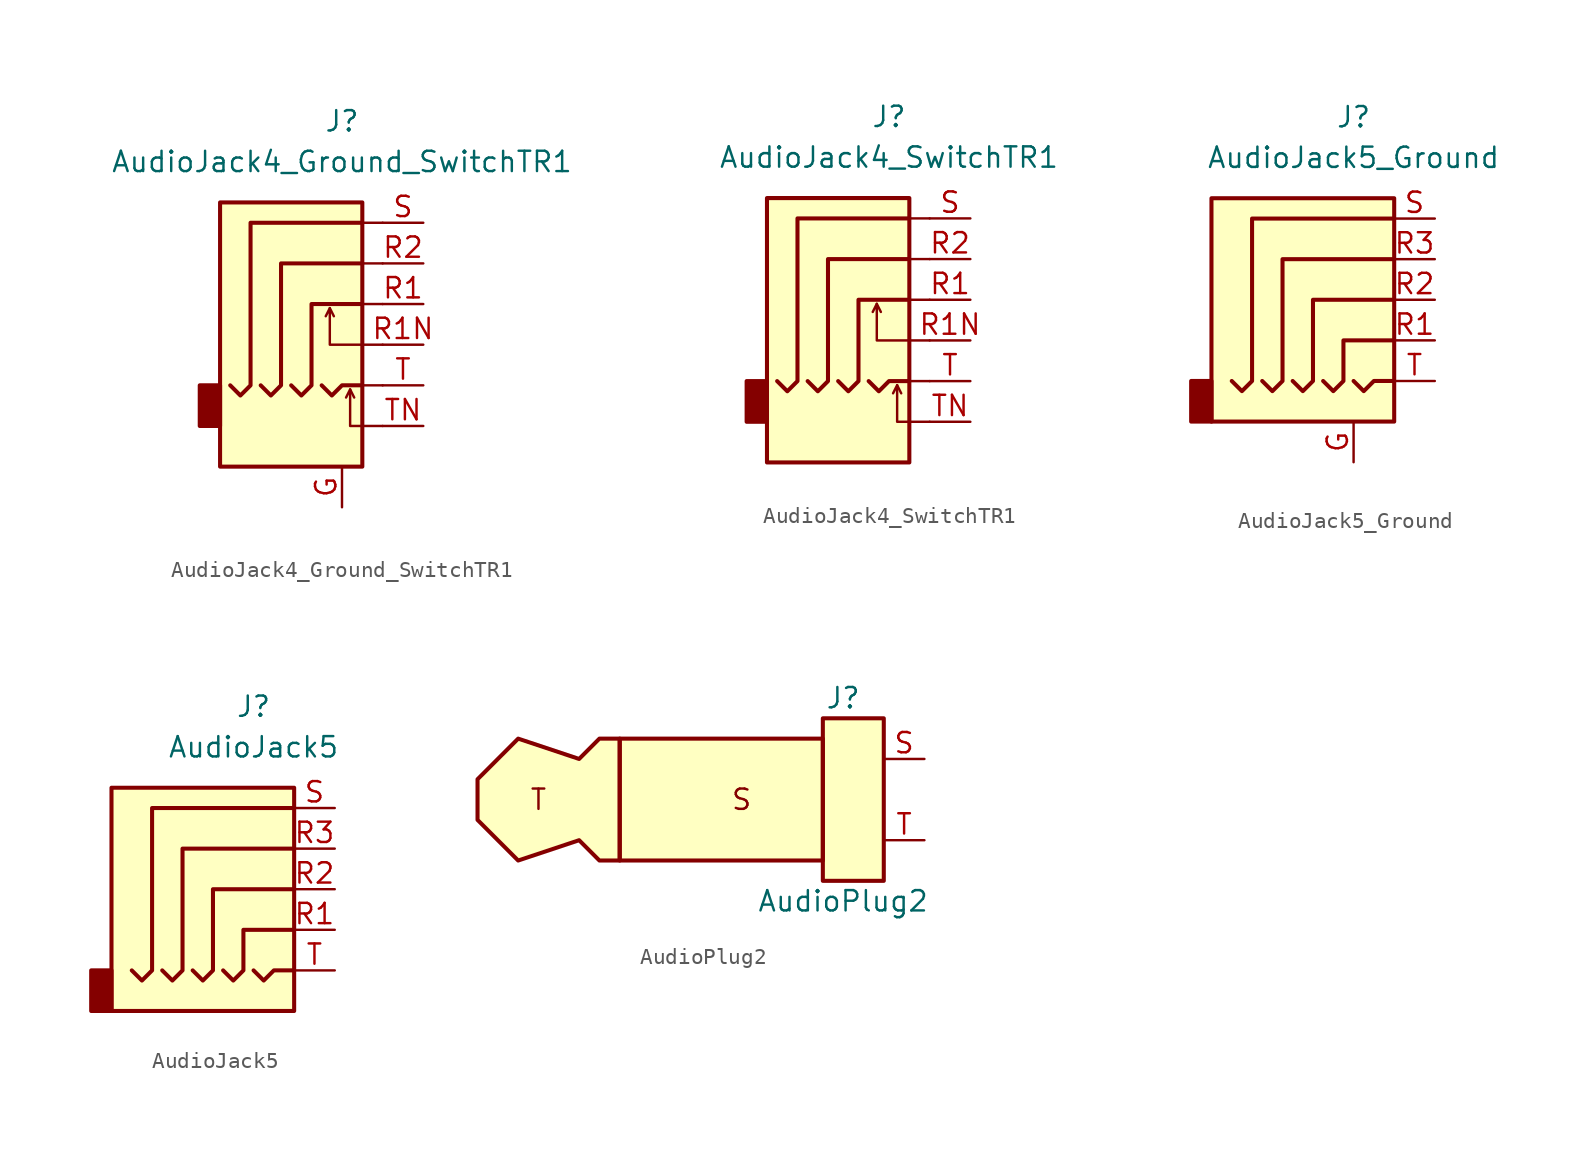
<source format=kicad_sym>
(kicad_symbol_lib
  (version 20220914)
  (generator kicad_symbol_editor)
  (symbol "AudioJack4_Ground_SwitchTR1"
    (property "Reference" "J"
      (at 0 11.43 0)
      (effects (font (size 1.27 1.27))))
    (property "Value" "AudioJack4_Ground_SwitchTR1"
      (at 0 8.89 0)
      (effects (font (size 1.27 1.27))))
    (symbol "AudioJack4_Ground_SwitchTR1_0_1"
      (rectangle (start -7.62 -5.08) (end -8.89 -7.62) (stroke (width 0.254) (type solid)) (fill (type outline)))
      (polyline (pts (xy 1.27 2.54) (xy 2.54 2.54)) (stroke (width 0) (type solid)) (fill (type none)))
      (polyline (pts (xy 2.54 -5.08) (xy 1.27 -5.08)) (stroke (width 0) (type solid)) (fill (type none)))
      (polyline (pts (xy 2.54 0) (xy 1.27 0)) (stroke (width 0) (type solid)) (fill (type none)))
      (polyline (pts (xy 2.54 5.08) (xy 1.27 5.08)) (stroke (width 0) (type solid)) (fill (type none)))
      (rectangle (start 1.27 6.35) (end -7.62 -10.16) (stroke (width 0.254) (type solid)) (fill (type background))))
    (symbol "AudioJack4_Ground_SwitchTR1_1_1"
      (polyline (pts (xy -0.762 -0.254) (xy -0.508 -0.762)) (stroke (width 0) (type solid)) (fill (type none)))
      (polyline (pts (xy 0.508 -5.334) (xy 0.762 -5.842)) (stroke (width 0) (type solid)) (fill (type none)))
      (polyline (pts (xy -1.27 -5.08) (xy -0.635 -5.715) (xy 0 -5.08) (xy 1.27 -5.08)) (stroke (width 0.254) (type solid)) (fill (type none)))
      (polyline (pts (xy 2.54 -7.62) (xy 0.508 -7.62) (xy 0.508 -5.334) (xy 0.254 -5.842)) (stroke (width 0) (type solid)) (fill (type none)))
      (polyline (pts (xy 2.54 -2.54) (xy -0.762 -2.54) (xy -0.762 -0.254) (xy -1.016 -0.762)) (stroke (width 0) (type solid)) (fill (type none)))
      (polyline (pts (xy -3.175 -5.08) (xy -2.54 -5.715) (xy -1.905 -5.08) (xy -1.905 0) (xy 1.27 0)) (stroke (width 0.254) (type solid)) (fill (type none)))
      (polyline (pts (xy 1.27 2.54) (xy -3.81 2.54) (xy -3.81 -5.08) (xy -4.445 -5.715) (xy -5.08 -5.08)) (stroke (width 0.254) (type solid)) (fill (type none)))
      (polyline (pts (xy 1.27 5.08) (xy -5.715 5.08) (xy -5.715 -5.08) (xy -6.35 -5.715) (xy -6.985 -5.08)) (stroke (width 0.254) (type solid)) (fill (type none)))
      (pin passive line (at 0 -12.7 90) (length 2.54) (name "~" (effects (font (size 1.27 1.27)))) (number "G" (effects (font (size 1.27 1.27)))))
      (pin passive line (at 5.08 0 180) (length 2.54) (name "~" (effects (font (size 1.27 1.27)))) (number "R1" (effects (font (size 1.27 1.27)))))
      (pin passive line (at 5.08 -2.54 180) (length 2.54) (name "~" (effects (font (size 1.27 1.27)))) (number "R1N" (effects (font (size 1.27 1.27)))))
      (pin passive line (at 5.08 2.54 180) (length 2.54) (name "~" (effects (font (size 1.27 1.27)))) (number "R2" (effects (font (size 1.27 1.27)))))
      (pin passive line (at 5.08 5.08 180) (length 2.54) (name "~" (effects (font (size 1.27 1.27)))) (number "S" (effects (font (size 1.27 1.27)))))
      (pin passive line (at 5.08 -5.08 180) (length 2.54) (name "~" (effects (font (size 1.27 1.27)))) (number "T" (effects (font (size 1.27 1.27)))))
      (pin passive line (at 5.08 -7.62 180) (length 2.54) (name "~" (effects (font (size 1.27 1.27)))) (number "TN" (effects (font (size 1.27 1.27)))))))
  (symbol "AudioJack4_SwitchTR1"
    (property "Reference" "J"
      (at 0 11.43 0)
      (effects (font (size 1.27 1.27))))
    (property "Value" "AudioJack4_SwitchTR1"
      (at 0 8.89 0)
      (effects (font (size 1.27 1.27))))
    (symbol "AudioJack4_SwitchTR1_0_1"
      (rectangle (start -7.62 -5.08) (end -8.89 -7.62) (stroke (width 0.254) (type solid)) (fill (type outline)))
      (polyline (pts (xy 1.27 -5.08) (xy 2.54 -5.08)) (stroke (width 0) (type solid)) (fill (type none)))
      (polyline (pts (xy 1.27 2.54) (xy 2.54 2.54)) (stroke (width 0) (type solid)) (fill (type none)))
      (polyline (pts (xy 2.54 0) (xy 1.27 0)) (stroke (width 0) (type solid)) (fill (type none)))
      (polyline (pts (xy 2.54 5.08) (xy 1.27 5.08)) (stroke (width 0) (type solid)) (fill (type none)))
      (rectangle (start 1.27 6.35) (end -7.62 -10.16) (stroke (width 0.254) (type solid)) (fill (type background))))
    (symbol "AudioJack4_SwitchTR1_1_1"
      (polyline (pts (xy -0.762 -0.254) (xy -0.508 -0.762)) (stroke (width 0) (type solid)) (fill (type none)))
      (polyline (pts (xy 0.508 -5.334) (xy 0.762 -5.842)) (stroke (width 0) (type solid)) (fill (type none)))
      (polyline (pts (xy -1.27 -5.08) (xy -0.635 -5.715) (xy 0 -5.08) (xy 1.27 -5.08)) (stroke (width 0.254) (type solid)) (fill (type none)))
      (polyline (pts (xy 2.54 -7.62) (xy 0.508 -7.62) (xy 0.508 -5.334) (xy 0.254 -5.842)) (stroke (width 0) (type solid)) (fill (type none)))
      (polyline (pts (xy 2.54 -2.54) (xy -0.762 -2.54) (xy -0.762 -0.254) (xy -1.016 -0.762)) (stroke (width 0) (type solid)) (fill (type none)))
      (polyline (pts (xy -3.175 -5.08) (xy -2.54 -5.715) (xy -1.905 -5.08) (xy -1.905 0) (xy 1.27 0)) (stroke (width 0.254) (type solid)) (fill (type none)))
      (polyline (pts (xy 1.27 2.54) (xy -3.81 2.54) (xy -3.81 -5.08) (xy -4.445 -5.715) (xy -5.08 -5.08)) (stroke (width 0.254) (type solid)) (fill (type none)))
      (polyline (pts (xy 1.27 5.08) (xy -5.715 5.08) (xy -5.715 -5.08) (xy -6.35 -5.715) (xy -6.985 -5.08)) (stroke (width 0.254) (type solid)) (fill (type none)))
      (pin passive line (at 5.08 0 180) (length 2.54) (name "~" (effects (font (size 1.27 1.27)))) (number "R1" (effects (font (size 1.27 1.27)))))
      (pin passive line (at 5.08 -2.54 180) (length 2.54) (name "~" (effects (font (size 1.27 1.27)))) (number "R1N" (effects (font (size 1.27 1.27)))))
      (pin passive line (at 5.08 2.54 180) (length 2.54) (name "~" (effects (font (size 1.27 1.27)))) (number "R2" (effects (font (size 1.27 1.27)))))
      (pin passive line (at 5.08 5.08 180) (length 2.54) (name "~" (effects (font (size 1.27 1.27)))) (number "S" (effects (font (size 1.27 1.27)))))
      (pin passive line (at 5.08 -5.08 180) (length 2.54) (name "~" (effects (font (size 1.27 1.27)))) (number "T" (effects (font (size 1.27 1.27)))))
      (pin passive line (at 5.08 -7.62 180) (length 2.54) (name "~" (effects (font (size 1.27 1.27)))) (number "TN" (effects (font (size 1.27 1.27)))))))
  (symbol "AudioJack5_Ground"
    (property "Reference" "J"
      (at 0 11.43 0)
      (effects (font (size 1.27 1.27))))
    (property "Value" "AudioJack5_Ground"
      (at 0 8.89 0)
      (effects (font (size 1.27 1.27))))
    (symbol "AudioJack5_Ground_0_1"
      (rectangle (start -8.89 -5.08) (end -10.16 -7.62) (stroke (width 0.254) (type solid)) (fill (type outline)))
      (polyline (pts (xy 0 -5.08) (xy 0.635 -5.715) (xy 1.27 -5.08) (xy 2.54 -5.08)) (stroke (width 0.254) (type solid)) (fill (type none)))
      (polyline (pts (xy -5.715 -5.08) (xy -5.08 -5.715) (xy -4.445 -5.08) (xy -4.445 2.54) (xy 2.54 2.54)) (stroke (width 0.254) (type solid)) (fill (type none)))
      (polyline (pts (xy -1.905 -5.08) (xy -1.27 -5.715) (xy -0.635 -5.08) (xy -0.635 -2.54) (xy 2.54 -2.54)) (stroke (width 0.254) (type solid)) (fill (type none)))
      (polyline (pts (xy 2.54 0) (xy -2.54 0) (xy -2.54 -5.08) (xy -3.175 -5.715) (xy -3.81 -5.08)) (stroke (width 0.254) (type solid)) (fill (type none)))
      (polyline (pts (xy 2.54 5.08) (xy -6.35 5.08) (xy -6.35 -5.08) (xy -6.985 -5.715) (xy -7.62 -5.08)) (stroke (width 0.254) (type solid)) (fill (type none)))
      (rectangle (start 2.54 6.35) (end -8.89 -7.62) (stroke (width 0.254) (type solid)) (fill (type background))))
    (symbol "AudioJack5_Ground_1_1"
      (pin passive line (at 0 -10.16 90) (length 2.54) (name "~" (effects (font (size 1.27 1.27)))) (number "G" (effects (font (size 1.27 1.27)))))
      (pin passive line (at 5.08 -2.54 180) (length 2.54) (name "~" (effects (font (size 1.27 1.27)))) (number "R1" (effects (font (size 1.27 1.27)))))
      (pin passive line (at 5.08 0 180) (length 2.54) (name "~" (effects (font (size 1.27 1.27)))) (number "R2" (effects (font (size 1.27 1.27)))))
      (pin passive line (at 5.08 2.54 180) (length 2.54) (name "~" (effects (font (size 1.27 1.27)))) (number "R3" (effects (font (size 1.27 1.27)))))
      (pin passive line (at 5.08 5.08 180) (length 2.54) (name "~" (effects (font (size 1.27 1.27)))) (number "S" (effects (font (size 1.27 1.27)))))
      (pin passive line (at 5.08 -5.08 180) (length 2.54) (name "~" (effects (font (size 1.27 1.27)))) (number "T" (effects (font (size 1.27 1.27)))))))
  (symbol "AudioJack5"
    (property "Reference" "J"
      (at 0 11.43 0)
      (effects (font (size 1.27 1.27))))
    (property "Value" "AudioJack5"
      (at 0 8.89 0)
      (effects (font (size 1.27 1.27))))
    (symbol "AudioJack5_0_1"
      (rectangle (start -8.89 -5.08) (end -10.16 -7.62) (stroke (width 0.254) (type solid)) (fill (type outline)))
      (polyline (pts (xy 0 -5.08) (xy 0.635 -5.715) (xy 1.27 -5.08) (xy 2.54 -5.08)) (stroke (width 0.254) (type solid)) (fill (type none)))
      (polyline (pts (xy -5.715 -5.08) (xy -5.08 -5.715) (xy -4.445 -5.08) (xy -4.445 2.54) (xy 2.54 2.54)) (stroke (width 0.254) (type solid)) (fill (type none)))
      (polyline (pts (xy -1.905 -5.08) (xy -1.27 -5.715) (xy -0.635 -5.08) (xy -0.635 -2.54) (xy 2.54 -2.54)) (stroke (width 0.254) (type solid)) (fill (type none)))
      (polyline (pts (xy 2.54 0) (xy -2.54 0) (xy -2.54 -5.08) (xy -3.175 -5.715) (xy -3.81 -5.08)) (stroke (width 0.254) (type solid)) (fill (type none)))
      (polyline (pts (xy 2.54 5.08) (xy -6.35 5.08) (xy -6.35 -5.08) (xy -6.985 -5.715) (xy -7.62 -5.08)) (stroke (width 0.254) (type solid)) (fill (type none)))
      (rectangle (start 2.54 6.35) (end -8.89 -7.62) (stroke (width 0.254) (type solid)) (fill (type background))))
    (symbol "AudioJack5_1_1"
      (pin passive line (at 5.08 -2.54 180) (length 2.54) (name "~" (effects (font (size 1.27 1.27)))) (number "R1" (effects (font (size 1.27 1.27)))))
      (pin passive line (at 5.08 0 180) (length 2.54) (name "~" (effects (font (size 1.27 1.27)))) (number "R2" (effects (font (size 1.27 1.27)))))
      (pin passive line (at 5.08 2.54 180) (length 2.54) (name "~" (effects (font (size 1.27 1.27)))) (number "R3" (effects (font (size 1.27 1.27)))))
      (pin passive line (at 5.08 5.08 180) (length 2.54) (name "~" (effects (font (size 1.27 1.27)))) (number "S" (effects (font (size 1.27 1.27)))))
      (pin passive line (at 5.08 -5.08 180) (length 2.54) (name "~" (effects (font (size 1.27 1.27)))) (number "T" (effects (font (size 1.27 1.27)))))))
  (symbol "AudioPlug2"
    (property "Reference" "J"
      (at 10.16 6.35 0)
      (effects (font (size 1.27 1.27))))
    (property "Value" "AudioPlug2"
      (at 10.16 -6.35 0)
      (effects (font (size 1.27 1.27))))
    (symbol "AudioPlug2_0_0"
      (text "S" (at 3.81 0 0) (effects (font (size 1.27 1.27))))
      (text "T" (at -8.89 0 0) (effects (font (size 1.27 1.27)))))
    (symbol "AudioPlug2_0_1"
      (rectangle (start -3.81 3.81) (end 8.89 -3.81) (stroke (width 0.254) (type solid)) (fill (type background)))
      (polyline (pts (xy -3.81 3.81) (xy -5.08 3.81) (xy -6.35 2.54) (xy -10.16 3.81) (xy -12.7 1.27) (xy -12.7 -1.27) (xy -10.16 -3.81) (xy -6.35 -2.54) (xy -5.08 -3.81) (xy -3.81 -3.81) (xy -3.81 3.81)) (stroke (width 0.254) (type solid)) (fill (type background)))
      (rectangle (start 12.7 5.08) (end 8.89 -5.08) (stroke (width 0.254) (type solid)) (fill (type background))))
    (symbol "AudioPlug2_1_1"
      (pin passive line (at 15.24 2.54 180) (length 2.54) (name "~" (effects (font (size 1.27 1.27)))) (number "S" (effects (font (size 1.27 1.27)))))
      (pin passive line (at 15.24 -2.54 180) (length 2.54) (name "~" (effects (font (size 1.27 1.27)))) (number "T" (effects (font (size 1.27 1.27))))))))
</source>
